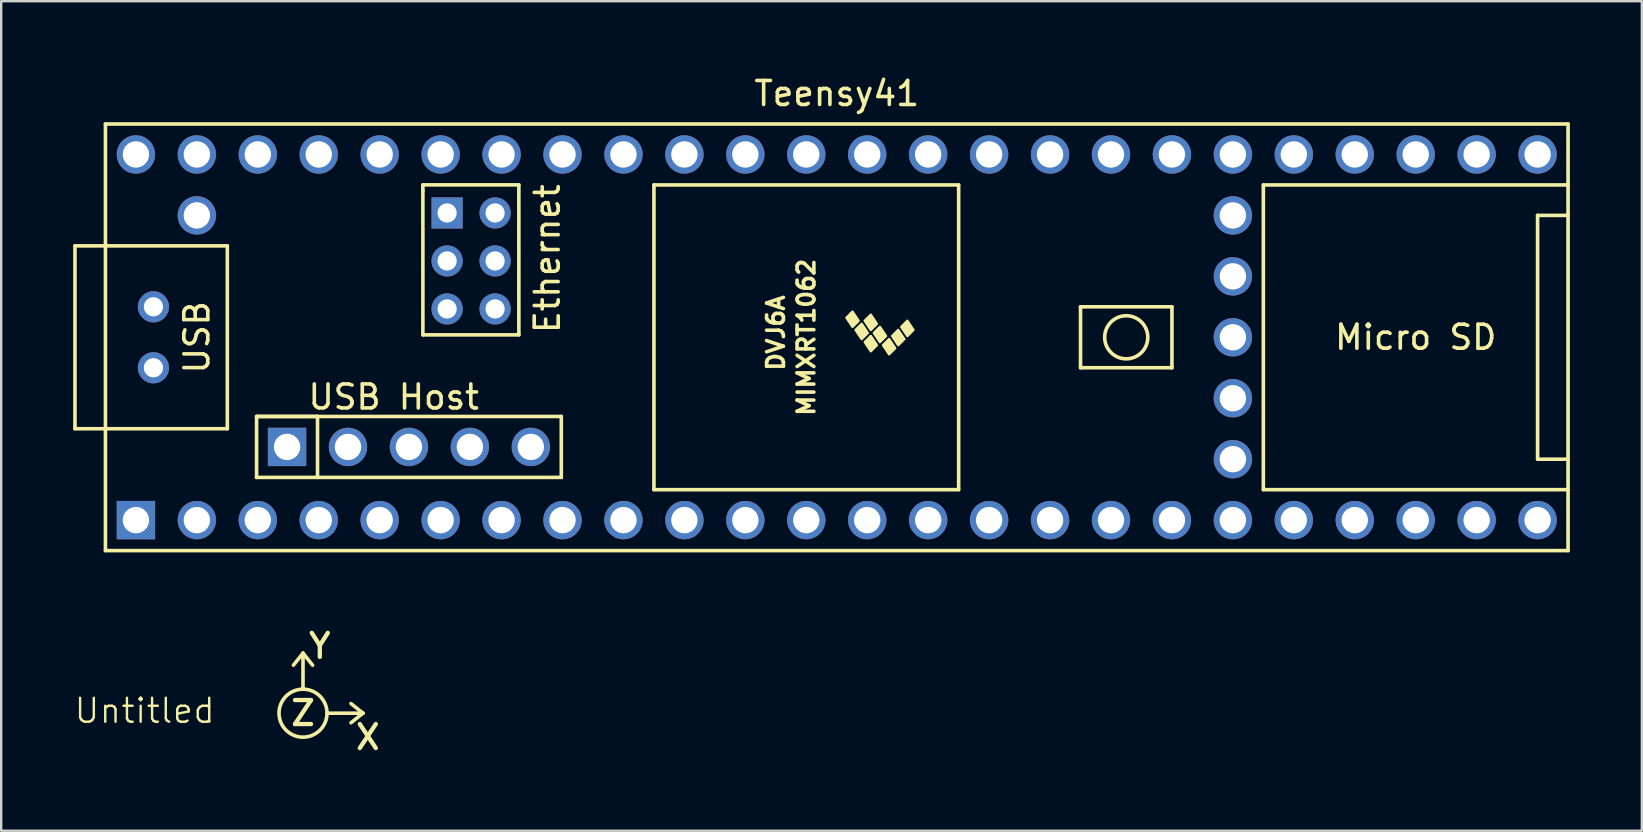
<source format=kicad_pcb>
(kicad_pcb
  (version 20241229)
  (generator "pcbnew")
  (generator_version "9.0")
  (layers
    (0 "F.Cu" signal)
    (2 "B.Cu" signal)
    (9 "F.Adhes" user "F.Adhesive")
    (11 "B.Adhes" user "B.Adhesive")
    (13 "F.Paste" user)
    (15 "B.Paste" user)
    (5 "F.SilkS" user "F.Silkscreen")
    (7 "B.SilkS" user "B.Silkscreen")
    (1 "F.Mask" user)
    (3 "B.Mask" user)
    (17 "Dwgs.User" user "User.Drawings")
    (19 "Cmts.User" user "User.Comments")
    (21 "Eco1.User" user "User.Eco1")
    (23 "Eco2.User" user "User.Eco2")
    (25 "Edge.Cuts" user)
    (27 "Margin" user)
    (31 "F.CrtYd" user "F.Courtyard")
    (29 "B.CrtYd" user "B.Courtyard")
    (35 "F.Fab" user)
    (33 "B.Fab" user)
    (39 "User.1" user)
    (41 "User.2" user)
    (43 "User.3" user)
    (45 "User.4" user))
  (footprint "Teensy41"
    (layer "F.Cu")
    (at 31.825 11.008)
    (property "Reference" "Teensy41" (at 0 -10.16 0) (layer "F.SilkS") (effects (font (size 1 1) (thickness 0.15))))
    (attr through_hole)
    (fp_line (start -31.75 -3.81) (end -30.48 -3.81) (stroke (width 0.15) (type solid)) (layer "F.SilkS"))
    (fp_line (start -31.75 3.81) (end -31.75 -3.81) (stroke (width 0.15) (type solid)) (layer "F.SilkS"))
    (fp_line (start -30.48 -8.89) (end 30.48 -8.89) (stroke (width 0.15) (type solid)) (layer "F.SilkS"))
    (fp_line (start -30.48 3.81) (end -31.75 3.81) (stroke (width 0.15) (type solid)) (layer "F.SilkS"))
    (fp_line (start -30.48 8.89) (end -30.48 -8.89) (stroke (width 0.15) (type solid)) (layer "F.SilkS"))
    (fp_line (start -25.4 -3.81) (end -30.48 -3.81) (stroke (width 0.15) (type solid)) (layer "F.SilkS"))
    (fp_line (start -25.4 3.81) (end -30.48 3.81) (stroke (width 0.15) (type solid)) (layer "F.SilkS"))
    (fp_line (start -25.4 3.81) (end -25.4 -3.81) (stroke (width 0.15) (type solid)) (layer "F.SilkS"))
    (fp_line (start -24.181 3.299) (end -21.641 3.299) (stroke (width 0.15) (type solid)) (layer "F.SilkS"))
    (fp_line (start -24.181 3.299) (end -11.481 3.299) (stroke (width 0.15) (type solid)) (layer "F.SilkS"))
    (fp_line (start -24.181 5.839) (end -24.181 3.299) (stroke (width 0.15) (type solid)) (layer "F.SilkS"))
    (fp_line (start -21.641 3.299) (end -21.641 5.839) (stroke (width 0.15) (type solid)) (layer "F.SilkS"))
    (fp_line (start -17.25 -6.352) (end -17.25 -6.102) (stroke (width 0.15) (type solid)) (layer "F.SilkS"))
    (fp_line (start -17.25 -6.102) (end -17.25 -0.102) (stroke (width 0.15) (type solid)) (layer "F.SilkS"))
    (fp_line (start -17.25 -0.102) (end -13.25 -0.102) (stroke (width 0.15) (type solid)) (layer "F.SilkS"))
    (fp_line (start -13.25 -6.352) (end -17.25 -6.352) (stroke (width 0.15) (type solid)) (layer "F.SilkS"))
    (fp_line (start -13.25 -0.102) (end -13.25 -6.352) (stroke (width 0.15) (type solid)) (layer "F.SilkS"))
    (fp_line (start -11.481 3.299) (end -11.481 5.839) (stroke (width 0.15) (type solid)) (layer "F.SilkS"))
    (fp_line (start -11.481 5.839) (end -24.181 5.839) (stroke (width 0.15) (type solid)) (layer "F.SilkS"))
    (fp_line (start -7.62 -6.35) (end -7.62 6.35) (stroke (width 0.15) (type solid)) (layer "F.SilkS"))
    (fp_line (start -7.62 6.35) (end 5.08 6.35) (stroke (width 0.15) (type solid)) (layer "F.SilkS"))
    (fp_line (start 5.08 -6.35) (end -7.62 -6.35) (stroke (width 0.15) (type solid)) (layer "F.SilkS"))
    (fp_line (start 5.08 6.35) (end 5.08 -6.35) (stroke (width 0.15) (type solid)) (layer "F.SilkS"))
    (fp_line (start 10.16 -1.27) (end 13.97 -1.27) (stroke (width 0.15) (type solid)) (layer "F.SilkS"))
    (fp_line (start 10.16 1.27) (end 10.16 -1.27) (stroke (width 0.15) (type solid)) (layer "F.SilkS"))
    (fp_line (start 13.97 -1.27) (end 13.97 1.27) (stroke (width 0.15) (type solid)) (layer "F.SilkS"))
    (fp_line (start 13.97 1.27) (end 10.16 1.27) (stroke (width 0.15) (type solid)) (layer "F.SilkS"))
    (fp_line (start 17.78 -6.35) (end 17.78 6.35) (stroke (width 0.15) (type solid)) (layer "F.SilkS"))
    (fp_line (start 17.78 6.35) (end 30.48 6.35) (stroke (width 0.15) (type solid)) (layer "F.SilkS"))
    (fp_line (start 29.21 -5.08) (end 29.21 5.08) (stroke (width 0.15) (type solid)) (layer "F.SilkS"))
    (fp_line (start 29.21 5.08) (end 30.48 5.08) (stroke (width 0.15) (type solid)) (layer "F.SilkS"))
    (fp_line (start 30.48 -8.89) (end 30.48 8.89) (stroke (width 0.15) (type solid)) (layer "F.SilkS"))
    (fp_line (start 30.48 -6.35) (end 17.78 -6.35) (stroke (width 0.15) (type solid)) (layer "F.SilkS"))
    (fp_line (start 30.48 -5.08) (end 29.21 -5.08) (stroke (width 0.15) (type solid)) (layer "F.SilkS"))
    (fp_line (start 30.48 8.89) (end -30.48 8.89) (stroke (width 0.15) (type solid)) (layer "F.SilkS"))
    (fp_circle (center 12.065 0) (end 12.7 -0.635) (stroke (width 0.15) (type solid)) (fill no) (layer "F.SilkS"))
    (fp_poly (pts (xy 0.911 -0.688) (xy 0.657 -0.434) (xy 0.403 -0.815) (xy 0.657 -1.069)) (stroke (width 0.1) (type solid)) (fill yes) (layer "F.SilkS"))
    (fp_poly (pts (xy 1.292 -0.18) (xy 1.038 0.074) (xy 0.784 -0.307) (xy 1.038 -0.561)) (stroke (width 0.1) (type solid)) (fill yes) (layer "F.SilkS"))
    (fp_poly (pts (xy 1.673 -0.561) (xy 1.419 -0.307) (xy 1.165 -0.688) (xy 1.419 -0.942)) (stroke (width 0.1) (type solid)) (fill yes) (layer "F.SilkS"))
    (fp_poly (pts (xy 1.673 0.328) (xy 1.419 0.582) (xy 1.165 0.201) (xy 1.419 -0.053)) (stroke (width 0.1) (type solid)) (fill yes) (layer "F.SilkS"))
    (fp_poly (pts (xy 2.054 -0.053) (xy 1.8 0.201) (xy 1.546 -0.18) (xy 1.8 -0.434)) (stroke (width 0.1) (type solid)) (fill yes) (layer "F.SilkS"))
    (fp_poly (pts (xy 2.435 0.455) (xy 2.181 0.709) (xy 1.927 0.328) (xy 2.181 0.074)) (stroke (width 0.1) (type solid)) (fill yes) (layer "F.SilkS"))
    (fp_poly (pts (xy 2.816 0.074) (xy 2.562 0.328) (xy 2.308 -0.053) (xy 2.562 -0.307)) (stroke (width 0.1) (type solid)) (fill yes) (layer "F.SilkS"))
    (fp_poly (pts (xy 3.197 -0.307) (xy 2.943 -0.053) (xy 2.689 -0.434) (xy 2.943 -0.688)) (stroke (width 0.1) (type solid)) (fill yes) (layer "F.SilkS"))
    (fp_text user "Ethernet" (at -12.065 -3.277 90) (layer "F.SilkS") (effects (font (size 1 1) (thickness 0.15))))
    (fp_text user "MIMXRT1062" (at -1.27 0 270) (layer "F.SilkS") (effects (font (size 0.7 0.7) (thickness 0.15))))
    (fp_text user "USB" (at -26.67 0 270) (layer "F.SilkS") (effects (font (size 1 1) (thickness 0.15))))
    (fp_text user "Micro SD" (at 24.13 0 0) (layer "F.SilkS") (effects (font (size 1 1) (thickness 0.15))))
    (fp_text user "DVJ6A" (at -2.54 -0.18 270) (layer "F.SilkS") (effects (font (size 0.7 0.7) (thickness 0.15))))
    (fp_text user "USB Host" (at -18.466 2.489 0) (layer "F.SilkS") (effects (font (size 1 1) (thickness 0.15))))
    (pad "1" thru_hole rect (at -29.21 7.62) (size 1.6 1.6) (drill 1.1) (layers "*.Cu" "*.Mask"))
    (pad "2" thru_hole circle (at -26.67 7.62) (size 1.6 1.6) (drill 1.1) (layers "*.Cu" "*.Mask"))
    (pad "3" thru_hole circle (at -24.13 7.62) (size 1.6 1.6) (drill 1.1) (layers "*.Cu" "*.Mask"))
    (pad "4" thru_hole circle (at -21.59 7.62) (size 1.6 1.6) (drill 1.1) (layers "*.Cu" "*.Mask"))
    (pad "5" thru_hole circle (at -19.05 7.62) (size 1.6 1.6) (drill 1.1) (layers "*.Cu" "*.Mask"))
    (pad "6" thru_hole circle (at -16.51 7.62) (size 1.6 1.6) (drill 1.1) (layers "*.Cu" "*.Mask"))
    (pad "7" thru_hole circle (at -13.97 7.62) (size 1.6 1.6) (drill 1.1) (layers "*.Cu" "*.Mask"))
    (pad "8" thru_hole circle (at -11.43 7.62) (size 1.6 1.6) (drill 1.1) (layers "*.Cu" "*.Mask"))
    (pad "9" thru_hole circle (at -8.89 7.62) (size 1.6 1.6) (drill 1.1) (layers "*.Cu" "*.Mask"))
    (pad "10" thru_hole circle (at -6.35 7.62) (size 1.6 1.6) (drill 1.1) (layers "*.Cu" "*.Mask"))
    (pad "11" thru_hole circle (at -3.81 7.62) (size 1.6 1.6) (drill 1.1) (layers "*.Cu" "*.Mask"))
    (pad "12" thru_hole circle (at -1.27 7.62) (size 1.6 1.6) (drill 1.1) (layers "*.Cu" "*.Mask"))
    (pad "13" thru_hole circle (at 1.27 7.62) (size 1.6 1.6) (drill 1.1) (layers "*.Cu" "*.Mask"))
    (pad "14" thru_hole circle (at 3.81 7.62) (size 1.6 1.6) (drill 1.1) (layers "*.Cu" "*.Mask"))
    (pad "15" thru_hole circle (at 6.35 7.62) (size 1.6 1.6) (drill 1.1) (layers "*.Cu" "*.Mask"))
    (pad "16" thru_hole circle (at 8.89 7.62) (size 1.6 1.6) (drill 1.1) (layers "*.Cu" "*.Mask"))
    (pad "17" thru_hole circle (at 11.43 7.62) (size 1.6 1.6) (drill 1.1) (layers "*.Cu" "*.Mask"))
    (pad "18" thru_hole circle (at 13.97 7.62) (size 1.6 1.6) (drill 1.1) (layers "*.Cu" "*.Mask"))
    (pad "19" thru_hole circle (at 16.51 7.62) (size 1.6 1.6) (drill 1.1) (layers "*.Cu" "*.Mask"))
    (pad "20" thru_hole circle (at 19.05 7.62) (size 1.6 1.6) (drill 1.1) (layers "*.Cu" "*.Mask"))
    (pad "21" thru_hole circle (at 21.59 7.62) (size 1.6 1.6) (drill 1.1) (layers "*.Cu" "*.Mask"))
    (pad "22" thru_hole circle (at 24.13 7.62) (size 1.6 1.6) (drill 1.1) (layers "*.Cu" "*.Mask"))
    (pad "23" thru_hole circle (at 26.67 7.62) (size 1.6 1.6) (drill 1.1) (layers "*.Cu" "*.Mask"))
    (pad "24" thru_hole circle (at 29.21 7.62) (size 1.6 1.6) (drill 1.1) (layers "*.Cu" "*.Mask"))
    (pad "25" thru_hole circle (at 29.21 -7.62) (size 1.6 1.6) (drill 1.1) (layers "*.Cu" "*.Mask"))
    (pad "26" thru_hole circle (at 26.67 -7.62) (size 1.6 1.6) (drill 1.1) (layers "*.Cu" "*.Mask"))
    (pad "27" thru_hole circle (at 24.13 -7.62) (size 1.6 1.6) (drill 1.1) (layers "*.Cu" "*.Mask"))
    (pad "28" thru_hole circle (at 21.59 -7.62) (size 1.6 1.6) (drill 1.1) (layers "*.Cu" "*.Mask"))
    (pad "29" thru_hole circle (at 19.05 -7.62) (size 1.6 1.6) (drill 1.1) (layers "*.Cu" "*.Mask"))
    (pad "30" thru_hole circle (at 16.51 -7.62) (size 1.6 1.6) (drill 1.1) (layers "*.Cu" "*.Mask"))
    (pad "31" thru_hole circle (at 13.97 -7.62) (size 1.6 1.6) (drill 1.1) (layers "*.Cu" "*.Mask"))
    (pad "32" thru_hole circle (at 11.43 -7.62) (size 1.6 1.6) (drill 1.1) (layers "*.Cu" "*.Mask"))
    (pad "33" thru_hole circle (at 8.89 -7.62) (size 1.6 1.6) (drill 1.1) (layers "*.Cu" "*.Mask"))
    (pad "34" thru_hole circle (at 6.35 -7.62) (size 1.6 1.6) (drill 1.1) (layers "*.Cu" "*.Mask"))
    (pad "35" thru_hole circle (at 3.81 -7.62) (size 1.6 1.6) (drill 1.1) (layers "*.Cu" "*.Mask"))
    (pad "36" thru_hole circle (at 1.27 -7.62) (size 1.6 1.6) (drill 1.1) (layers "*.Cu" "*.Mask"))
    (pad "37" thru_hole circle (at -1.27 -7.62) (size 1.6 1.6) (drill 1.1) (layers "*.Cu" "*.Mask"))
    (pad "38" thru_hole circle (at -3.81 -7.62) (size 1.6 1.6) (drill 1.1) (layers "*.Cu" "*.Mask"))
    (pad "39" thru_hole circle (at -6.35 -7.62) (size 1.6 1.6) (drill 1.1) (layers "*.Cu" "*.Mask"))
    (pad "40" thru_hole circle (at -8.89 -7.62) (size 1.6 1.6) (drill 1.1) (layers "*.Cu" "*.Mask"))
    (pad "41" thru_hole circle (at -11.43 -7.62) (size 1.6 1.6) (drill 1.1) (layers "*.Cu" "*.Mask"))
    (pad "42" thru_hole circle (at -13.97 -7.62) (size 1.6 1.6) (drill 1.1) (layers "*.Cu" "*.Mask"))
    (pad "43" thru_hole circle (at -16.51 -7.62) (size 1.6 1.6) (drill 1.1) (layers "*.Cu" "*.Mask"))
    (pad "44" thru_hole circle (at -19.05 -7.62) (size 1.6 1.6) (drill 1.1) (layers "*.Cu" "*.Mask"))
    (pad "45" thru_hole circle (at -21.59 -7.62) (size 1.6 1.6) (drill 1.1) (layers "*.Cu" "*.Mask"))
    (pad "46" thru_hole circle (at -24.13 -7.62) (size 1.6 1.6) (drill 1.1) (layers "*.Cu" "*.Mask"))
    (pad "47" thru_hole circle (at -26.67 -7.62) (size 1.6 1.6) (drill 1.1) (layers "*.Cu" "*.Mask"))
    (pad "48" thru_hole circle (at -29.21 -7.62) (size 1.6 1.6) (drill 1.1) (layers "*.Cu" "*.Mask"))
    (pad "49" thru_hole circle (at -26.67 -5.08) (size 1.6 1.6) (drill 1.1) (layers "*.Cu" "*.Mask"))
    (pad "50" thru_hole circle (at 16.51 5.08) (size 1.6 1.6) (drill 1.1) (layers "*.Cu" "*.Mask"))
    (pad "51" thru_hole circle (at 16.51 2.54) (size 1.6 1.6) (drill 1.1) (layers "*.Cu" "*.Mask"))
    (pad "52" thru_hole circle (at 16.51 0) (size 1.6 1.6) (drill 1.1) (layers "*.Cu" "*.Mask"))
    (pad "53" thru_hole circle (at 16.51 -2.54) (size 1.6 1.6) (drill 1.1) (layers "*.Cu" "*.Mask"))
    (pad "54" thru_hole circle (at 16.51 -5.08) (size 1.6 1.6) (drill 1.1) (layers "*.Cu" "*.Mask"))
    (pad "55" thru_hole rect (at -22.911 4.569) (size 1.6 1.6) (drill 1.1) (layers "*.Cu" "*.Mask"))
    (pad "56" thru_hole circle (at -20.371 4.569) (size 1.6 1.6) (drill 1.1) (layers "*.Cu" "*.Mask"))
    (pad "57" thru_hole circle (at -17.831 4.569) (size 1.6 1.6) (drill 1.1) (layers "*.Cu" "*.Mask"))
    (pad "58" thru_hole circle (at -15.291 4.569) (size 1.6 1.6) (drill 1.1) (layers "*.Cu" "*.Mask"))
    (pad "59" thru_hole circle (at -12.751 4.569) (size 1.6 1.6) (drill 1.1) (layers "*.Cu" "*.Mask"))
    (pad "60" thru_hole rect (at -16.24 -5.182) (size 1.3 1.3) (drill 0.8) (layers "*.Cu" "*.Mask"))
    (pad "61" thru_hole circle (at -16.24 -3.182) (size 1.3 1.3) (drill 0.8) (layers "*.Cu" "*.Mask"))
    (pad "62" thru_hole circle (at -16.24 -1.182) (size 1.3 1.3) (drill 0.8) (layers "*.Cu" "*.Mask"))
    (pad "63" thru_hole circle (at -14.24 -1.182) (size 1.3 1.3) (drill 0.8) (layers "*.Cu" "*.Mask"))
    (pad "64" thru_hole circle (at -14.24 -3.182) (size 1.3 1.3) (drill 0.8) (layers "*.Cu" "*.Mask"))
    (pad "65" thru_hole circle (at -14.24 -5.182) (size 1.3 1.3) (drill 0.8) (layers "*.Cu" "*.Mask"))
    (pad "66" thru_hole circle (at -28.48 -1.27) (size 1.3 1.3) (drill 0.8) (layers "*.Cu" "*.Mask"))
    (pad "67" thru_hole circle (at -28.48 1.27) (size 1.3 1.3) (drill 0.8) (layers "*.Cu" "*.Mask")))
  (footprint "Untitled"
    (layer "F.Cu")
    (at 9.579 26.674)
    (property "Reference" "Untitled" (at -6.6 -0.1 0) (unlocked yes) (layer "F.SilkS") (effects (font (size 1 1) (thickness 0.1))))
    (attr smd)
    (fp_line (start 0 -2.5) (end -0.4 -2) (stroke (width 0.15) (type solid)) (layer "F.SilkS"))
    (fp_line (start 0 -2.5) (end 0.4 -2) (stroke (width 0.15) (type solid)) (layer "F.SilkS"))
    (fp_line (start 0 -1) (end 0 -2.5) (stroke (width 0.15) (type solid)) (layer "F.SilkS"))
    (fp_line (start 1 0) (end 2.5 0) (stroke (width 0.15) (type solid)) (layer "F.SilkS"))
    (fp_line (start 2.5 0) (end 2 -0.4) (stroke (width 0.15) (type solid)) (layer "F.SilkS"))
    (fp_line (start 2.5 0) (end 2 0.4) (stroke (width 0.15) (type solid)) (layer "F.SilkS"))
    (fp_circle (center 0 0) (end 1 0) (stroke (width 0.15) (type solid)) (fill no) (layer "F.SilkS"))
    (fp_text user "Y" (at 0.7 -2.8 0) (unlocked yes) (layer "F.SilkS") (effects (font (size 1 1) (thickness 0.18) (bold yes))))
    (fp_text user "X" (at 2.7 1 0) (unlocked yes) (layer "F.SilkS") (effects (font (size 1 1) (thickness 0.18) (bold yes))))
    (fp_text user "Z" (at 0 0 0) (unlocked yes) (layer "F.SilkS") (effects (font (size 1 1) (thickness 0.18) (bold yes)))))
  (gr_rect
    (start -3 -3)
    (end 65.38 31.575)
    (stroke (width 0.1) (type default))
    (fill no)
    (layer "Edge.Cuts")))
</source>
